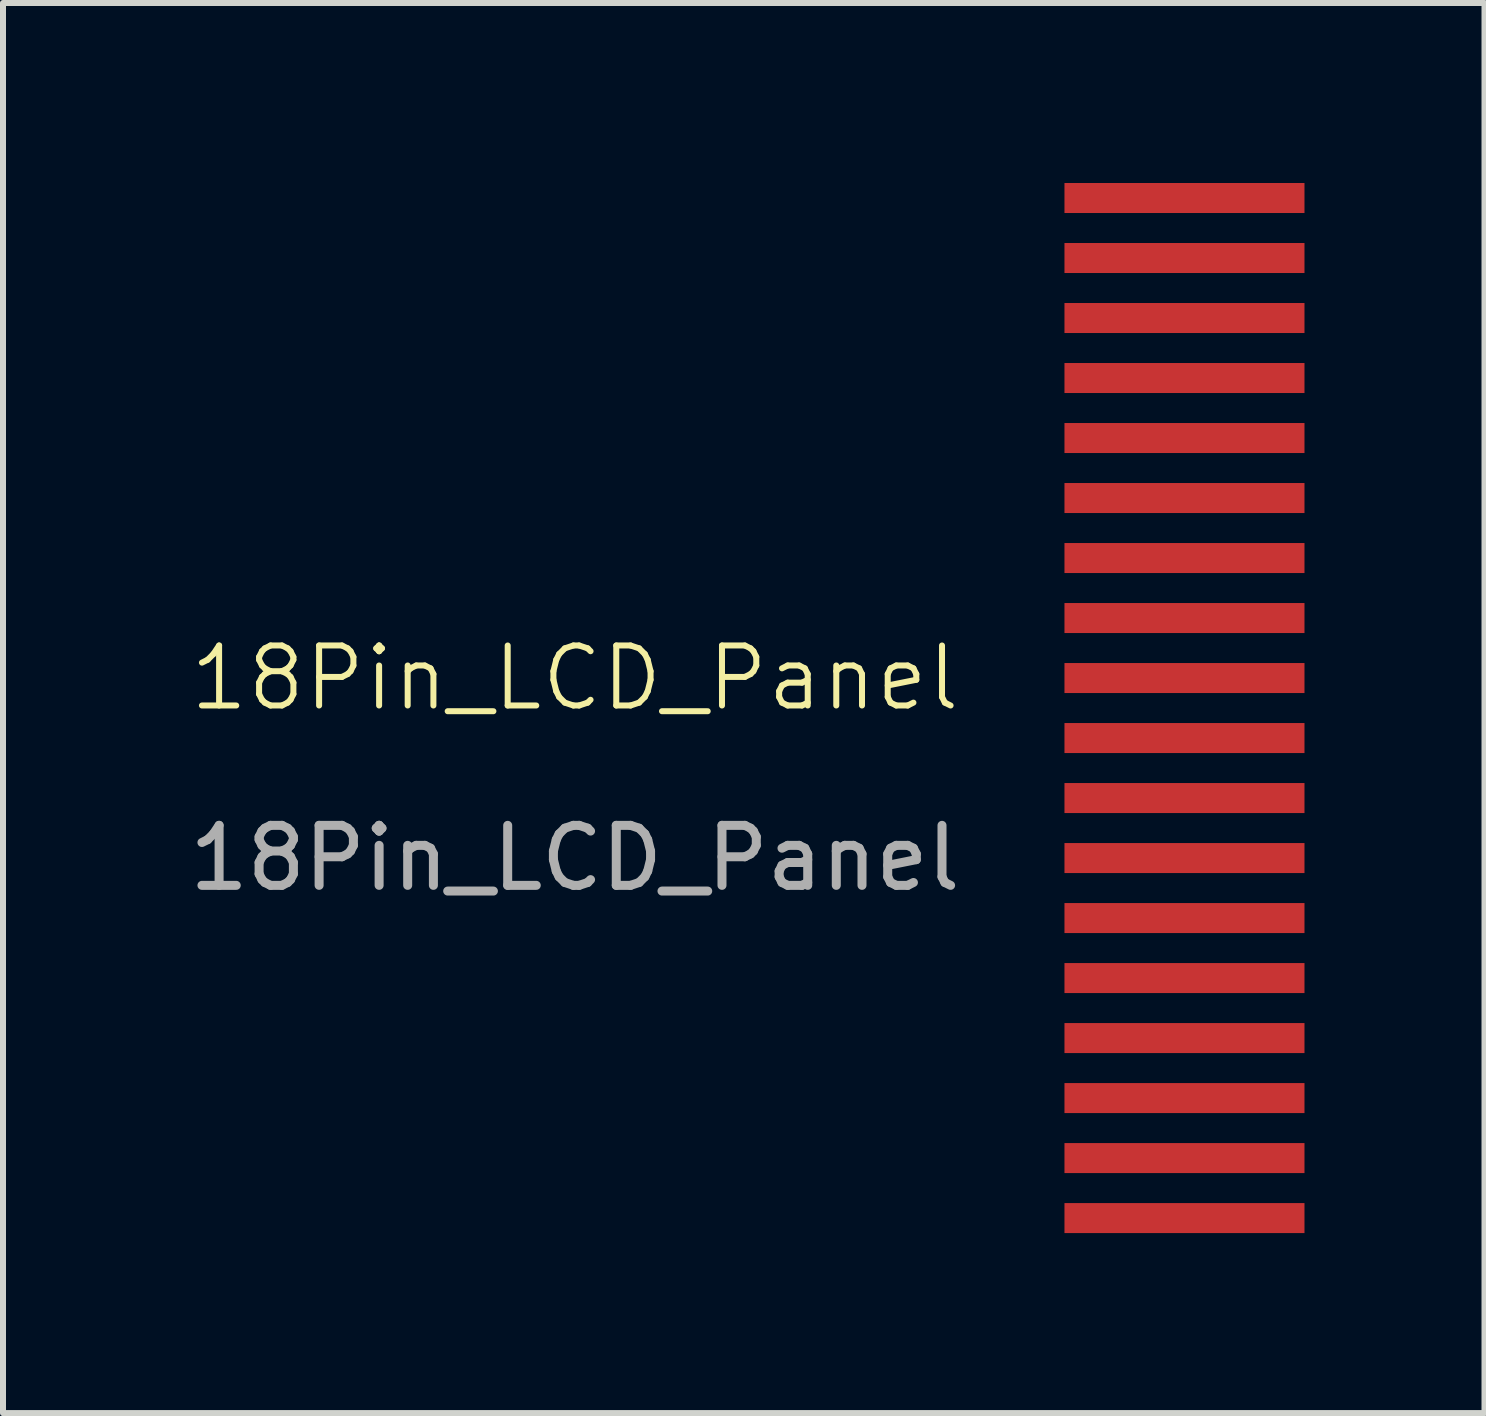
<source format=kicad_pcb>
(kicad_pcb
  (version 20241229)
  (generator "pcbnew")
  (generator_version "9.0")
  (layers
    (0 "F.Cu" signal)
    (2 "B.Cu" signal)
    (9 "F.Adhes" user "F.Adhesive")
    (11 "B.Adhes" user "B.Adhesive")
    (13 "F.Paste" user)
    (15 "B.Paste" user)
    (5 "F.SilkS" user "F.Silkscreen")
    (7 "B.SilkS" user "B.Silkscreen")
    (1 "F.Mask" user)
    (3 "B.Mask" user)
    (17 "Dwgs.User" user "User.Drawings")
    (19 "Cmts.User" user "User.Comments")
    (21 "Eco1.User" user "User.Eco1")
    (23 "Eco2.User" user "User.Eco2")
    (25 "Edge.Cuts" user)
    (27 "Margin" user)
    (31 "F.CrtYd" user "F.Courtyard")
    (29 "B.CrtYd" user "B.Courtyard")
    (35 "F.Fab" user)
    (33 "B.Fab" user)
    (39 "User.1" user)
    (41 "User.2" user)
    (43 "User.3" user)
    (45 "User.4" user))
  (footprint "18Pin_LCD_Panel"
    (layer "F.Cu")
    (at 16.69 8.75)
    (property "Reference" "18Pin_LCD_Panel" (at -10.16 -0.5 0) (unlocked yes) (layer "F.SilkS") (effects (font (size 1 1) (thickness 0.1))))
    (attr smd)
    (fp_text user "${REFERENCE}" (at -10.16 2.5 0) (unlocked yes) (layer "F.Fab") (effects (font (size 1 1) (thickness 0.15))))
    (pad "1" smd rect (at 0 -8.5) (size 4 0.5) (layers "F.Cu" "F.Mask" "F.Paste"))
    (pad "2" smd rect (at 0 -7.5) (size 4 0.5) (layers "F.Cu" "F.Mask" "F.Paste"))
    (pad "3" smd rect (at 0 -6.5) (size 4 0.5) (layers "F.Cu" "F.Mask" "F.Paste"))
    (pad "4" smd rect (at 0 -5.5) (size 4 0.5) (layers "F.Cu" "F.Mask" "F.Paste"))
    (pad "5" smd rect (at 0 -4.5) (size 4 0.5) (layers "F.Cu" "F.Mask" "F.Paste"))
    (pad "6" smd rect (at 0 -3.5) (size 4 0.5) (layers "F.Cu" "F.Mask" "F.Paste"))
    (pad "7" smd rect (at 0 -2.5) (size 4 0.5) (layers "F.Cu" "F.Mask" "F.Paste"))
    (pad "8" smd rect (at 0 -1.5) (size 4 0.5) (layers "F.Cu" "F.Mask" "F.Paste"))
    (pad "9" smd rect (at 0 -0.5) (size 4 0.5) (layers "F.Cu" "F.Mask" "F.Paste"))
    (pad "10" smd rect (at 0 0.5) (size 4 0.5) (layers "F.Cu" "F.Mask" "F.Paste"))
    (pad "11" smd rect (at 0 1.5) (size 4 0.5) (layers "F.Cu" "F.Mask" "F.Paste"))
    (pad "12" smd rect (at 0 2.5) (size 4 0.5) (layers "F.Cu" "F.Mask" "F.Paste"))
    (pad "13" smd rect (at 0 3.5) (size 4 0.5) (layers "F.Cu" "F.Mask" "F.Paste"))
    (pad "14" smd rect (at 0 4.5) (size 4 0.5) (layers "F.Cu" "F.Mask" "F.Paste"))
    (pad "15" smd rect (at 0 5.5) (size 4 0.5) (layers "F.Cu" "F.Mask" "F.Paste"))
    (pad "16" smd rect (at 0 6.5) (size 4 0.5) (layers "F.Cu" "F.Mask" "F.Paste"))
    (pad "17" smd rect (at 0 7.5) (size 4 0.5) (layers "F.Cu" "F.Mask" "F.Paste"))
    (pad "18" smd rect (at 0 8.5) (size 4 0.5) (layers "F.Cu" "F.Mask" "F.Paste")))
  (gr_rect
    (start -3 -3)
    (end 21.69 20.5)
    (stroke (width 0.1) (type default))
    (fill no)
    (layer "Edge.Cuts")))
</source>
